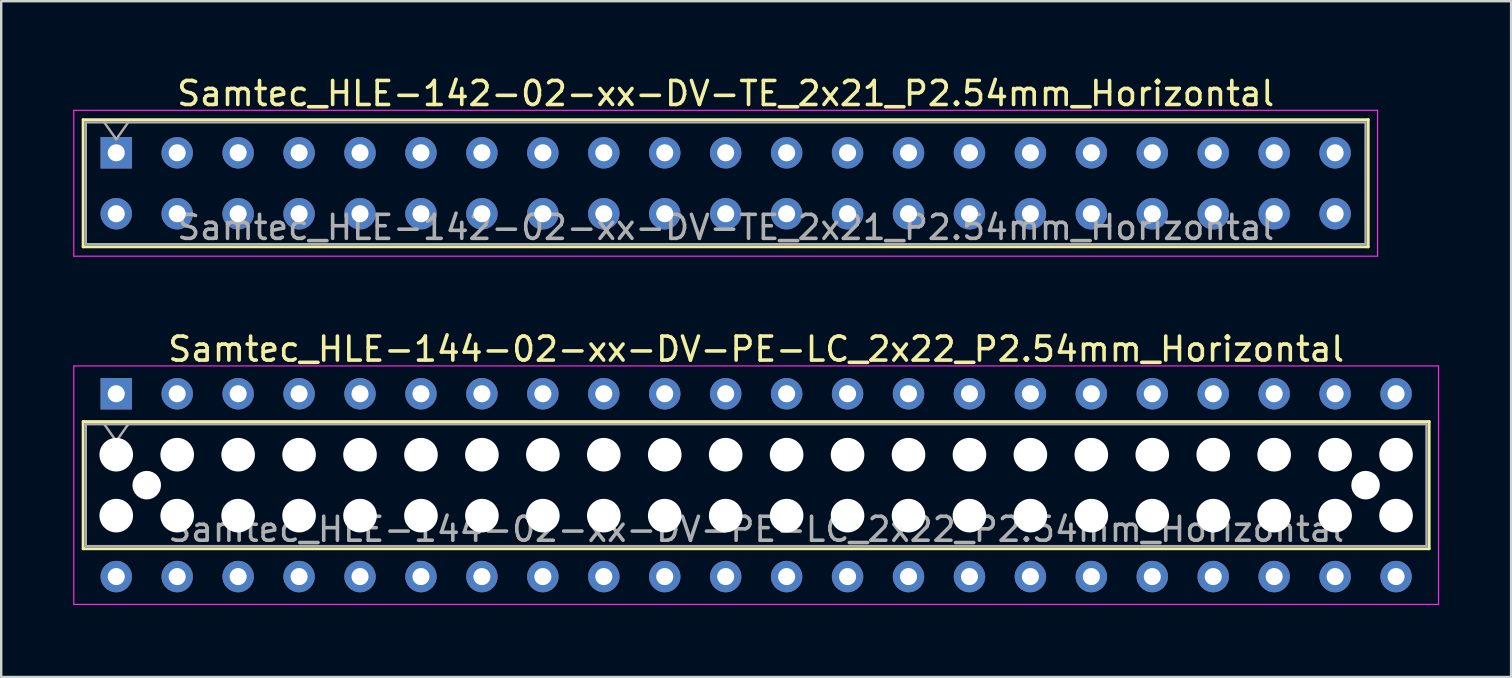
<source format=kicad_pcb>
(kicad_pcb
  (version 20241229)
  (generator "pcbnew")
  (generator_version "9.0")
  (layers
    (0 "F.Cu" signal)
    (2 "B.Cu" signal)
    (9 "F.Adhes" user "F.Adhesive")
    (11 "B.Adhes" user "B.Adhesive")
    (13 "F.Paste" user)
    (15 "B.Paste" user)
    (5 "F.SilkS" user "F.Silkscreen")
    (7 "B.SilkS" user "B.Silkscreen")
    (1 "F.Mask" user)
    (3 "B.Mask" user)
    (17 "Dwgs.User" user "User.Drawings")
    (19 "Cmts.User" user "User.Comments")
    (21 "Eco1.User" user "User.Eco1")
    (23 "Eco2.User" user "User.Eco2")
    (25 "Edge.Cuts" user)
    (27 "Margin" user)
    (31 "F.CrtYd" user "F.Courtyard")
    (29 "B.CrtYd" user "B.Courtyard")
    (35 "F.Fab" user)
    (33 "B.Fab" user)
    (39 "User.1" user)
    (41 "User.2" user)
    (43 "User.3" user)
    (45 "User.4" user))
  (footprint "Samtec_HLE-144-02-xx-DV-PE-LC_2x22_P2.54mm_Horizontal"
    (layer "F.Cu")
    (at 1.795 13.361)
    (property "Reference" "Samtec_HLE-144-02-xx-DV-PE-LC_2x22_P2.54mm_Horizontal" (at 26.67 -1.86 0) (layer "F.SilkS") (effects (font (size 1 1) (thickness 0.15))))
    (attr through_hole)
    (fp_line (start -1.38 1.16) (end 54.72 1.16) (stroke (width 0.12) (type solid)) (layer "F.SilkS"))
    (fp_line (start -1.38 6.46) (end -1.38 1.16) (stroke (width 0.12) (type solid)) (layer "F.SilkS"))
    (fp_line (start 54.72 1.16) (end 54.72 6.46) (stroke (width 0.12) (type solid)) (layer "F.SilkS"))
    (fp_line (start 54.72 6.46) (end -1.38 6.46) (stroke (width 0.12) (type solid)) (layer "F.SilkS"))
    (fp_line (start -1.77 -1.16) (end 55.11 -1.16) (stroke (width 0.05) (type solid)) (layer "F.CrtYd"))
    (fp_line (start -1.77 8.78) (end -1.77 -1.16) (stroke (width 0.05) (type solid)) (layer "F.CrtYd"))
    (fp_line (start 55.11 -1.16) (end 55.11 8.78) (stroke (width 0.05) (type solid)) (layer "F.CrtYd"))
    (fp_line (start 55.11 8.78) (end -1.77 8.78) (stroke (width 0.05) (type solid)) (layer "F.CrtYd"))
    (fp_line (start -1.27 1.27) (end 54.61 1.27) (stroke (width 0.1) (type solid)) (layer "F.Fab"))
    (fp_line (start -1.27 6.35) (end -1.27 1.27) (stroke (width 0.1) (type solid)) (layer "F.Fab"))
    (fp_line (start -0.5 1.27) (end 0 1.977) (stroke (width 0.1) (type solid)) (layer "F.Fab"))
    (fp_line (start 0 1.977) (end 0.5 1.27) (stroke (width 0.1) (type solid)) (layer "F.Fab"))
    (fp_line (start 54.61 1.27) (end 54.61 6.35) (stroke (width 0.1) (type solid)) (layer "F.Fab"))
    (fp_line (start 54.61 6.35) (end -1.27 6.35) (stroke (width 0.1) (type solid)) (layer "F.Fab"))
    (fp_text user "${REFERENCE}" (at 26.67 5.65 0) (layer "F.Fab") (effects (font (size 1 1) (thickness 0.15))))
    (pad "" np_thru_hole circle (at 0 2.54) (size 1.4 1.4) (drill 1.4) (layers "*.Cu" "*.Mask"))
    (pad "" np_thru_hole circle (at 0 5.08) (size 1.4 1.4) (drill 1.4) (layers "*.Cu" "*.Mask"))
    (pad "" np_thru_hole circle (at 1.27 3.81) (size 1.19 1.19) (drill 1.19) (layers "*.Cu" "*.Mask"))
    (pad "" np_thru_hole circle (at 2.54 2.54) (size 1.4 1.4) (drill 1.4) (layers "*.Cu" "*.Mask"))
    (pad "" np_thru_hole circle (at 2.54 5.08) (size 1.4 1.4) (drill 1.4) (layers "*.Cu" "*.Mask"))
    (pad "" np_thru_hole circle (at 5.08 2.54) (size 1.4 1.4) (drill 1.4) (layers "*.Cu" "*.Mask"))
    (pad "" np_thru_hole circle (at 5.08 5.08) (size 1.4 1.4) (drill 1.4) (layers "*.Cu" "*.Mask"))
    (pad "" np_thru_hole circle (at 7.62 2.54) (size 1.4 1.4) (drill 1.4) (layers "*.Cu" "*.Mask"))
    (pad "" np_thru_hole circle (at 7.62 5.08) (size 1.4 1.4) (drill 1.4) (layers "*.Cu" "*.Mask"))
    (pad "" np_thru_hole circle (at 10.16 2.54) (size 1.4 1.4) (drill 1.4) (layers "*.Cu" "*.Mask"))
    (pad "" np_thru_hole circle (at 10.16 5.08) (size 1.4 1.4) (drill 1.4) (layers "*.Cu" "*.Mask"))
    (pad "" np_thru_hole circle (at 12.7 2.54) (size 1.4 1.4) (drill 1.4) (layers "*.Cu" "*.Mask"))
    (pad "" np_thru_hole circle (at 12.7 5.08) (size 1.4 1.4) (drill 1.4) (layers "*.Cu" "*.Mask"))
    (pad "" np_thru_hole circle (at 15.24 2.54) (size 1.4 1.4) (drill 1.4) (layers "*.Cu" "*.Mask"))
    (pad "" np_thru_hole circle (at 15.24 5.08) (size 1.4 1.4) (drill 1.4) (layers "*.Cu" "*.Mask"))
    (pad "" np_thru_hole circle (at 17.78 2.54) (size 1.4 1.4) (drill 1.4) (layers "*.Cu" "*.Mask"))
    (pad "" np_thru_hole circle (at 17.78 5.08) (size 1.4 1.4) (drill 1.4) (layers "*.Cu" "*.Mask"))
    (pad "" np_thru_hole circle (at 20.32 2.54) (size 1.4 1.4) (drill 1.4) (layers "*.Cu" "*.Mask"))
    (pad "" np_thru_hole circle (at 20.32 5.08) (size 1.4 1.4) (drill 1.4) (layers "*.Cu" "*.Mask"))
    (pad "" np_thru_hole circle (at 22.86 2.54) (size 1.4 1.4) (drill 1.4) (layers "*.Cu" "*.Mask"))
    (pad "" np_thru_hole circle (at 22.86 5.08) (size 1.4 1.4) (drill 1.4) (layers "*.Cu" "*.Mask"))
    (pad "" np_thru_hole circle (at 25.4 2.54) (size 1.4 1.4) (drill 1.4) (layers "*.Cu" "*.Mask"))
    (pad "" np_thru_hole circle (at 25.4 5.08) (size 1.4 1.4) (drill 1.4) (layers "*.Cu" "*.Mask"))
    (pad "" np_thru_hole circle (at 27.94 2.54) (size 1.4 1.4) (drill 1.4) (layers "*.Cu" "*.Mask"))
    (pad "" np_thru_hole circle (at 27.94 5.08) (size 1.4 1.4) (drill 1.4) (layers "*.Cu" "*.Mask"))
    (pad "" np_thru_hole circle (at 30.48 2.54) (size 1.4 1.4) (drill 1.4) (layers "*.Cu" "*.Mask"))
    (pad "" np_thru_hole circle (at 30.48 5.08) (size 1.4 1.4) (drill 1.4) (layers "*.Cu" "*.Mask"))
    (pad "" np_thru_hole circle (at 33.02 2.54) (size 1.4 1.4) (drill 1.4) (layers "*.Cu" "*.Mask"))
    (pad "" np_thru_hole circle (at 33.02 5.08) (size 1.4 1.4) (drill 1.4) (layers "*.Cu" "*.Mask"))
    (pad "" np_thru_hole circle (at 35.56 2.54) (size 1.4 1.4) (drill 1.4) (layers "*.Cu" "*.Mask"))
    (pad "" np_thru_hole circle (at 35.56 5.08) (size 1.4 1.4) (drill 1.4) (layers "*.Cu" "*.Mask"))
    (pad "" np_thru_hole circle (at 38.1 2.54) (size 1.4 1.4) (drill 1.4) (layers "*.Cu" "*.Mask"))
    (pad "" np_thru_hole circle (at 38.1 5.08) (size 1.4 1.4) (drill 1.4) (layers "*.Cu" "*.Mask"))
    (pad "" np_thru_hole circle (at 40.64 2.54) (size 1.4 1.4) (drill 1.4) (layers "*.Cu" "*.Mask"))
    (pad "" np_thru_hole circle (at 40.64 5.08) (size 1.4 1.4) (drill 1.4) (layers "*.Cu" "*.Mask"))
    (pad "" np_thru_hole circle (at 43.18 2.54) (size 1.4 1.4) (drill 1.4) (layers "*.Cu" "*.Mask"))
    (pad "" np_thru_hole circle (at 43.18 5.08) (size 1.4 1.4) (drill 1.4) (layers "*.Cu" "*.Mask"))
    (pad "" np_thru_hole circle (at 45.72 2.54) (size 1.4 1.4) (drill 1.4) (layers "*.Cu" "*.Mask"))
    (pad "" np_thru_hole circle (at 45.72 5.08) (size 1.4 1.4) (drill 1.4) (layers "*.Cu" "*.Mask"))
    (pad "" np_thru_hole circle (at 48.26 2.54) (size 1.4 1.4) (drill 1.4) (layers "*.Cu" "*.Mask"))
    (pad "" np_thru_hole circle (at 48.26 5.08) (size 1.4 1.4) (drill 1.4) (layers "*.Cu" "*.Mask"))
    (pad "" np_thru_hole circle (at 50.8 2.54) (size 1.4 1.4) (drill 1.4) (layers "*.Cu" "*.Mask"))
    (pad "" np_thru_hole circle (at 50.8 5.08) (size 1.4 1.4) (drill 1.4) (layers "*.Cu" "*.Mask"))
    (pad "" np_thru_hole circle (at 52.07 3.81) (size 1.19 1.19) (drill 1.19) (layers "*.Cu" "*.Mask"))
    (pad "" np_thru_hole circle (at 53.34 2.54) (size 1.4 1.4) (drill 1.4) (layers "*.Cu" "*.Mask"))
    (pad "" np_thru_hole circle (at 53.34 5.08) (size 1.4 1.4) (drill 1.4) (layers "*.Cu" "*.Mask"))
    (pad "1" thru_hole rect (at 0 0) (size 1.31 1.31) (drill 0.71) (layers "*.Cu" "*.Mask"))
    (pad "2" thru_hole circle (at 0 7.62) (size 1.31 1.31) (drill 0.71) (layers "*.Cu" "*.Mask"))
    (pad "3" thru_hole circle (at 2.54 0) (size 1.31 1.31) (drill 0.71) (layers "*.Cu" "*.Mask"))
    (pad "4" thru_hole circle (at 2.54 7.62) (size 1.31 1.31) (drill 0.71) (layers "*.Cu" "*.Mask"))
    (pad "5" thru_hole circle (at 5.08 0) (size 1.31 1.31) (drill 0.71) (layers "*.Cu" "*.Mask"))
    (pad "6" thru_hole circle (at 5.08 7.62) (size 1.31 1.31) (drill 0.71) (layers "*.Cu" "*.Mask"))
    (pad "7" thru_hole circle (at 7.62 0) (size 1.31 1.31) (drill 0.71) (layers "*.Cu" "*.Mask"))
    (pad "8" thru_hole circle (at 7.62 7.62) (size 1.31 1.31) (drill 0.71) (layers "*.Cu" "*.Mask"))
    (pad "9" thru_hole circle (at 10.16 0) (size 1.31 1.31) (drill 0.71) (layers "*.Cu" "*.Mask"))
    (pad "10" thru_hole circle (at 10.16 7.62) (size 1.31 1.31) (drill 0.71) (layers "*.Cu" "*.Mask"))
    (pad "11" thru_hole circle (at 12.7 0) (size 1.31 1.31) (drill 0.71) (layers "*.Cu" "*.Mask"))
    (pad "12" thru_hole circle (at 12.7 7.62) (size 1.31 1.31) (drill 0.71) (layers "*.Cu" "*.Mask"))
    (pad "13" thru_hole circle (at 15.24 0) (size 1.31 1.31) (drill 0.71) (layers "*.Cu" "*.Mask"))
    (pad "14" thru_hole circle (at 15.24 7.62) (size 1.31 1.31) (drill 0.71) (layers "*.Cu" "*.Mask"))
    (pad "15" thru_hole circle (at 17.78 0) (size 1.31 1.31) (drill 0.71) (layers "*.Cu" "*.Mask"))
    (pad "16" thru_hole circle (at 17.78 7.62) (size 1.31 1.31) (drill 0.71) (layers "*.Cu" "*.Mask"))
    (pad "17" thru_hole circle (at 20.32 0) (size 1.31 1.31) (drill 0.71) (layers "*.Cu" "*.Mask"))
    (pad "18" thru_hole circle (at 20.32 7.62) (size 1.31 1.31) (drill 0.71) (layers "*.Cu" "*.Mask"))
    (pad "19" thru_hole circle (at 22.86 0) (size 1.31 1.31) (drill 0.71) (layers "*.Cu" "*.Mask"))
    (pad "20" thru_hole circle (at 22.86 7.62) (size 1.31 1.31) (drill 0.71) (layers "*.Cu" "*.Mask"))
    (pad "21" thru_hole circle (at 25.4 0) (size 1.31 1.31) (drill 0.71) (layers "*.Cu" "*.Mask"))
    (pad "22" thru_hole circle (at 25.4 7.62) (size 1.31 1.31) (drill 0.71) (layers "*.Cu" "*.Mask"))
    (pad "23" thru_hole circle (at 27.94 0) (size 1.31 1.31) (drill 0.71) (layers "*.Cu" "*.Mask"))
    (pad "24" thru_hole circle (at 27.94 7.62) (size 1.31 1.31) (drill 0.71) (layers "*.Cu" "*.Mask"))
    (pad "25" thru_hole circle (at 30.48 0) (size 1.31 1.31) (drill 0.71) (layers "*.Cu" "*.Mask"))
    (pad "26" thru_hole circle (at 30.48 7.62) (size 1.31 1.31) (drill 0.71) (layers "*.Cu" "*.Mask"))
    (pad "27" thru_hole circle (at 33.02 0) (size 1.31 1.31) (drill 0.71) (layers "*.Cu" "*.Mask"))
    (pad "28" thru_hole circle (at 33.02 7.62) (size 1.31 1.31) (drill 0.71) (layers "*.Cu" "*.Mask"))
    (pad "29" thru_hole circle (at 35.56 0) (size 1.31 1.31) (drill 0.71) (layers "*.Cu" "*.Mask"))
    (pad "30" thru_hole circle (at 35.56 7.62) (size 1.31 1.31) (drill 0.71) (layers "*.Cu" "*.Mask"))
    (pad "31" thru_hole circle (at 38.1 0) (size 1.31 1.31) (drill 0.71) (layers "*.Cu" "*.Mask"))
    (pad "32" thru_hole circle (at 38.1 7.62) (size 1.31 1.31) (drill 0.71) (layers "*.Cu" "*.Mask"))
    (pad "33" thru_hole circle (at 40.64 0) (size 1.31 1.31) (drill 0.71) (layers "*.Cu" "*.Mask"))
    (pad "34" thru_hole circle (at 40.64 7.62) (size 1.31 1.31) (drill 0.71) (layers "*.Cu" "*.Mask"))
    (pad "35" thru_hole circle (at 43.18 0) (size 1.31 1.31) (drill 0.71) (layers "*.Cu" "*.Mask"))
    (pad "36" thru_hole circle (at 43.18 7.62) (size 1.31 1.31) (drill 0.71) (layers "*.Cu" "*.Mask"))
    (pad "37" thru_hole circle (at 45.72 0) (size 1.31 1.31) (drill 0.71) (layers "*.Cu" "*.Mask"))
    (pad "38" thru_hole circle (at 45.72 7.62) (size 1.31 1.31) (drill 0.71) (layers "*.Cu" "*.Mask"))
    (pad "39" thru_hole circle (at 48.26 0) (size 1.31 1.31) (drill 0.71) (layers "*.Cu" "*.Mask"))
    (pad "40" thru_hole circle (at 48.26 7.62) (size 1.31 1.31) (drill 0.71) (layers "*.Cu" "*.Mask"))
    (pad "41" thru_hole circle (at 50.8 0) (size 1.31 1.31) (drill 0.71) (layers "*.Cu" "*.Mask"))
    (pad "42" thru_hole circle (at 50.8 7.62) (size 1.31 1.31) (drill 0.71) (layers "*.Cu" "*.Mask"))
    (pad "43" thru_hole circle (at 53.34 0) (size 1.31 1.31) (drill 0.71) (layers "*.Cu" "*.Mask"))
    (pad "44" thru_hole circle (at 53.34 7.62) (size 1.31 1.31) (drill 0.71) (layers "*.Cu" "*.Mask")))
  (footprint "Samtec_HLE-142-02-xx-DV-TE_2x21_P2.54mm_Horizontal"
    (layer "F.Cu")
    (at 1.795 3.318)
    (property "Reference" "Samtec_HLE-142-02-xx-DV-TE_2x21_P2.54mm_Horizontal" (at 25.4 -2.47 0) (layer "F.SilkS") (effects (font (size 1 1) (thickness 0.15))))
    (attr through_hole)
    (fp_line (start -1.38 -1.38) (end 52.18 -1.38) (stroke (width 0.12) (type solid)) (layer "F.SilkS"))
    (fp_line (start -1.38 3.92) (end -1.38 -1.38) (stroke (width 0.12) (type solid)) (layer "F.SilkS"))
    (fp_line (start 52.18 -1.38) (end 52.18 3.92) (stroke (width 0.12) (type solid)) (layer "F.SilkS"))
    (fp_line (start 52.18 3.92) (end -1.38 3.92) (stroke (width 0.12) (type solid)) (layer "F.SilkS"))
    (fp_line (start -1.77 -1.77) (end 52.57 -1.77) (stroke (width 0.05) (type solid)) (layer "F.CrtYd"))
    (fp_line (start -1.77 4.31) (end -1.77 -1.77) (stroke (width 0.05) (type solid)) (layer "F.CrtYd"))
    (fp_line (start 52.57 -1.77) (end 52.57 4.31) (stroke (width 0.05) (type solid)) (layer "F.CrtYd"))
    (fp_line (start 52.57 4.31) (end -1.77 4.31) (stroke (width 0.05) (type solid)) (layer "F.CrtYd"))
    (fp_line (start -1.27 -1.27) (end 52.07 -1.27) (stroke (width 0.1) (type solid)) (layer "F.Fab"))
    (fp_line (start -1.27 3.81) (end -1.27 -1.27) (stroke (width 0.1) (type solid)) (layer "F.Fab"))
    (fp_line (start -0.5 -1.27) (end 0 -0.563) (stroke (width 0.1) (type solid)) (layer "F.Fab"))
    (fp_line (start 0 -0.563) (end 0.5 -1.27) (stroke (width 0.1) (type solid)) (layer "F.Fab"))
    (fp_line (start 52.07 -1.27) (end 52.07 3.81) (stroke (width 0.1) (type solid)) (layer "F.Fab"))
    (fp_line (start 52.07 3.81) (end -1.27 3.81) (stroke (width 0.1) (type solid)) (layer "F.Fab"))
    (fp_text user "${REFERENCE}" (at 25.4 3.11 0) (layer "F.Fab") (effects (font (size 1 1) (thickness 0.15))))
    (pad "1" thru_hole rect (at 0 0) (size 1.31 1.31) (drill 0.71) (layers "*.Cu" "*.Mask"))
    (pad "2" thru_hole circle (at 0 2.54) (size 1.31 1.31) (drill 0.71) (layers "*.Cu" "*.Mask"))
    (pad "3" thru_hole circle (at 2.54 0) (size 1.31 1.31) (drill 0.71) (layers "*.Cu" "*.Mask"))
    (pad "4" thru_hole circle (at 2.54 2.54) (size 1.31 1.31) (drill 0.71) (layers "*.Cu" "*.Mask"))
    (pad "5" thru_hole circle (at 5.08 0) (size 1.31 1.31) (drill 0.71) (layers "*.Cu" "*.Mask"))
    (pad "6" thru_hole circle (at 5.08 2.54) (size 1.31 1.31) (drill 0.71) (layers "*.Cu" "*.Mask"))
    (pad "7" thru_hole circle (at 7.62 0) (size 1.31 1.31) (drill 0.71) (layers "*.Cu" "*.Mask"))
    (pad "8" thru_hole circle (at 7.62 2.54) (size 1.31 1.31) (drill 0.71) (layers "*.Cu" "*.Mask"))
    (pad "9" thru_hole circle (at 10.16 0) (size 1.31 1.31) (drill 0.71) (layers "*.Cu" "*.Mask"))
    (pad "10" thru_hole circle (at 10.16 2.54) (size 1.31 1.31) (drill 0.71) (layers "*.Cu" "*.Mask"))
    (pad "11" thru_hole circle (at 12.7 0) (size 1.31 1.31) (drill 0.71) (layers "*.Cu" "*.Mask"))
    (pad "12" thru_hole circle (at 12.7 2.54) (size 1.31 1.31) (drill 0.71) (layers "*.Cu" "*.Mask"))
    (pad "13" thru_hole circle (at 15.24 0) (size 1.31 1.31) (drill 0.71) (layers "*.Cu" "*.Mask"))
    (pad "14" thru_hole circle (at 15.24 2.54) (size 1.31 1.31) (drill 0.71) (layers "*.Cu" "*.Mask"))
    (pad "15" thru_hole circle (at 17.78 0) (size 1.31 1.31) (drill 0.71) (layers "*.Cu" "*.Mask"))
    (pad "16" thru_hole circle (at 17.78 2.54) (size 1.31 1.31) (drill 0.71) (layers "*.Cu" "*.Mask"))
    (pad "17" thru_hole circle (at 20.32 0) (size 1.31 1.31) (drill 0.71) (layers "*.Cu" "*.Mask"))
    (pad "18" thru_hole circle (at 20.32 2.54) (size 1.31 1.31) (drill 0.71) (layers "*.Cu" "*.Mask"))
    (pad "19" thru_hole circle (at 22.86 0) (size 1.31 1.31) (drill 0.71) (layers "*.Cu" "*.Mask"))
    (pad "20" thru_hole circle (at 22.86 2.54) (size 1.31 1.31) (drill 0.71) (layers "*.Cu" "*.Mask"))
    (pad "21" thru_hole circle (at 25.4 0) (size 1.31 1.31) (drill 0.71) (layers "*.Cu" "*.Mask"))
    (pad "22" thru_hole circle (at 25.4 2.54) (size 1.31 1.31) (drill 0.71) (layers "*.Cu" "*.Mask"))
    (pad "23" thru_hole circle (at 27.94 0) (size 1.31 1.31) (drill 0.71) (layers "*.Cu" "*.Mask"))
    (pad "24" thru_hole circle (at 27.94 2.54) (size 1.31 1.31) (drill 0.71) (layers "*.Cu" "*.Mask"))
    (pad "25" thru_hole circle (at 30.48 0) (size 1.31 1.31) (drill 0.71) (layers "*.Cu" "*.Mask"))
    (pad "26" thru_hole circle (at 30.48 2.54) (size 1.31 1.31) (drill 0.71) (layers "*.Cu" "*.Mask"))
    (pad "27" thru_hole circle (at 33.02 0) (size 1.31 1.31) (drill 0.71) (layers "*.Cu" "*.Mask"))
    (pad "28" thru_hole circle (at 33.02 2.54) (size 1.31 1.31) (drill 0.71) (layers "*.Cu" "*.Mask"))
    (pad "29" thru_hole circle (at 35.56 0) (size 1.31 1.31) (drill 0.71) (layers "*.Cu" "*.Mask"))
    (pad "30" thru_hole circle (at 35.56 2.54) (size 1.31 1.31) (drill 0.71) (layers "*.Cu" "*.Mask"))
    (pad "31" thru_hole circle (at 38.1 0) (size 1.31 1.31) (drill 0.71) (layers "*.Cu" "*.Mask"))
    (pad "32" thru_hole circle (at 38.1 2.54) (size 1.31 1.31) (drill 0.71) (layers "*.Cu" "*.Mask"))
    (pad "33" thru_hole circle (at 40.64 0) (size 1.31 1.31) (drill 0.71) (layers "*.Cu" "*.Mask"))
    (pad "34" thru_hole circle (at 40.64 2.54) (size 1.31 1.31) (drill 0.71) (layers "*.Cu" "*.Mask"))
    (pad "35" thru_hole circle (at 43.18 0) (size 1.31 1.31) (drill 0.71) (layers "*.Cu" "*.Mask"))
    (pad "36" thru_hole circle (at 43.18 2.54) (size 1.31 1.31) (drill 0.71) (layers "*.Cu" "*.Mask"))
    (pad "37" thru_hole circle (at 45.72 0) (size 1.31 1.31) (drill 0.71) (layers "*.Cu" "*.Mask"))
    (pad "38" thru_hole circle (at 45.72 2.54) (size 1.31 1.31) (drill 0.71) (layers "*.Cu" "*.Mask"))
    (pad "39" thru_hole circle (at 48.26 0) (size 1.31 1.31) (drill 0.71) (layers "*.Cu" "*.Mask"))
    (pad "40" thru_hole circle (at 48.26 2.54) (size 1.31 1.31) (drill 0.71) (layers "*.Cu" "*.Mask"))
    (pad "41" thru_hole circle (at 50.8 0) (size 1.31 1.31) (drill 0.71) (layers "*.Cu" "*.Mask"))
    (pad "42" thru_hole circle (at 50.8 2.54) (size 1.31 1.31) (drill 0.71) (layers "*.Cu" "*.Mask")))
  (gr_rect
    (start -3 -3)
    (end 59.93 25.166)
    (stroke (width 0.1) (type default))
    (fill no)
    (layer "Edge.Cuts")))
</source>
